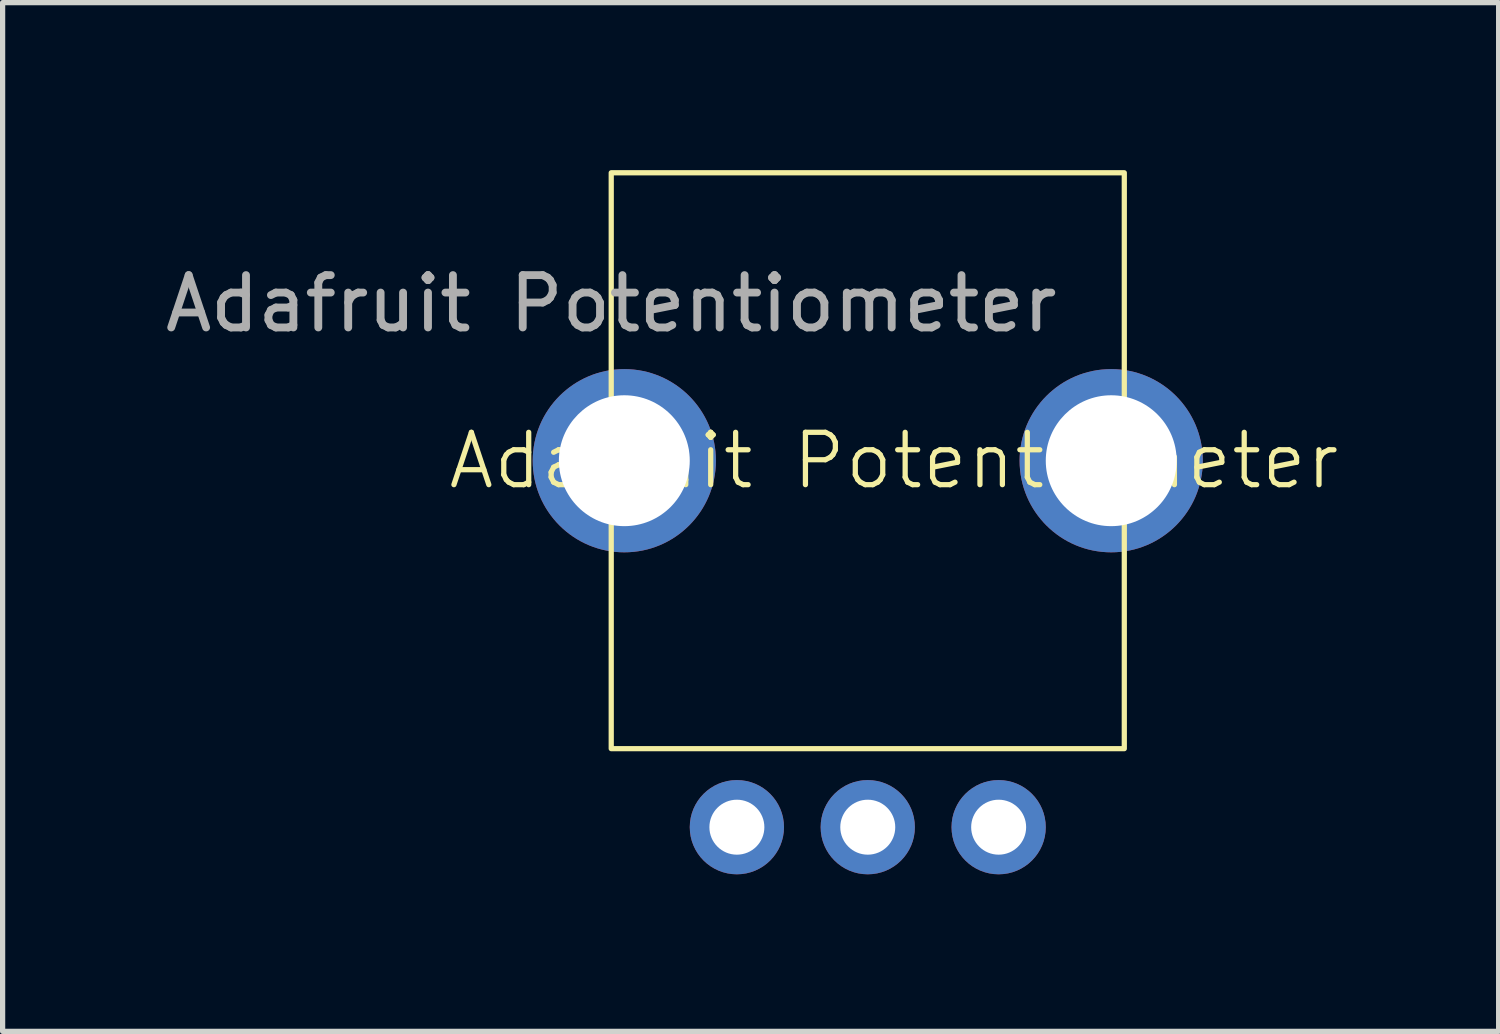
<source format=kicad_pcb>
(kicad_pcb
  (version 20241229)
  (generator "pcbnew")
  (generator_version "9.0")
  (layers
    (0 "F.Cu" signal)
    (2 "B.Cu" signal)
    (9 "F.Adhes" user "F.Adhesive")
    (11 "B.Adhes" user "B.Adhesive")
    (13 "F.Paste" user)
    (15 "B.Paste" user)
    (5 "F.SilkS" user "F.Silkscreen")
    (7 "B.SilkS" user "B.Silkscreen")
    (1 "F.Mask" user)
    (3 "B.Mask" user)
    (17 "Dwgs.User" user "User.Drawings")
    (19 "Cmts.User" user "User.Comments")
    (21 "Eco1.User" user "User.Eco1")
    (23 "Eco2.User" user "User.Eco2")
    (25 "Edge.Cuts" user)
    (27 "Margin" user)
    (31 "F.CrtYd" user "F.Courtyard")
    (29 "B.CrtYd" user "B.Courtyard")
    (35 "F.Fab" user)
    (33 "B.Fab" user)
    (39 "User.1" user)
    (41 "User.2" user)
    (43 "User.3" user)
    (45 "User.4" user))
  (footprint "Adafruit Potentiometer"
    (layer "F.Cu")
    (at 8.625 0.25)
    (property "Reference" "Adafruit Potentiometer" (at 5.4 5.5 0) (unlocked yes) (layer "F.SilkS") (effects (font (size 1 1) (thickness 0.1))))
    (attr through_hole)
    (fp_rect (start 0 0) (end 9.8 11) (stroke (width 0.1) (type default)) (fill no) (layer "F.SilkS"))
    (fp_text user "${REFERENCE}" (at 0 2.5 0) (unlocked yes) (layer "F.Fab") (effects (font (size 1 1) (thickness 0.15))))
    (pad "1" thru_hole circle (at 2.4 12.5) (size 1.8 1.8) (drill 1.05) (layers "*.Cu" "*.Mask"))
    (pad "2" thru_hole circle (at 4.9 12.5) (size 1.8 1.8) (drill 1.05) (layers "*.Cu" "*.Mask"))
    (pad "3" thru_hole circle (at 7.4 12.5) (size 1.8 1.8) (drill 1.05) (layers "*.Cu" "*.Mask"))
    (pad "4" thru_hole circle (at 0.25 5.5) (size 3.5 3.5) (drill 2.5) (layers "*.Cu" "*.Mask"))
    (pad "5" thru_hole circle (at 9.55 5.5) (size 3.5 3.5) (drill 2.5) (layers "*.Cu" "*.Mask")))
  (gr_rect
    (start -3 -3)
    (end 25.575 16.65)
    (stroke (width 0.1) (type default))
    (fill no)
    (layer "Edge.Cuts")))
</source>
